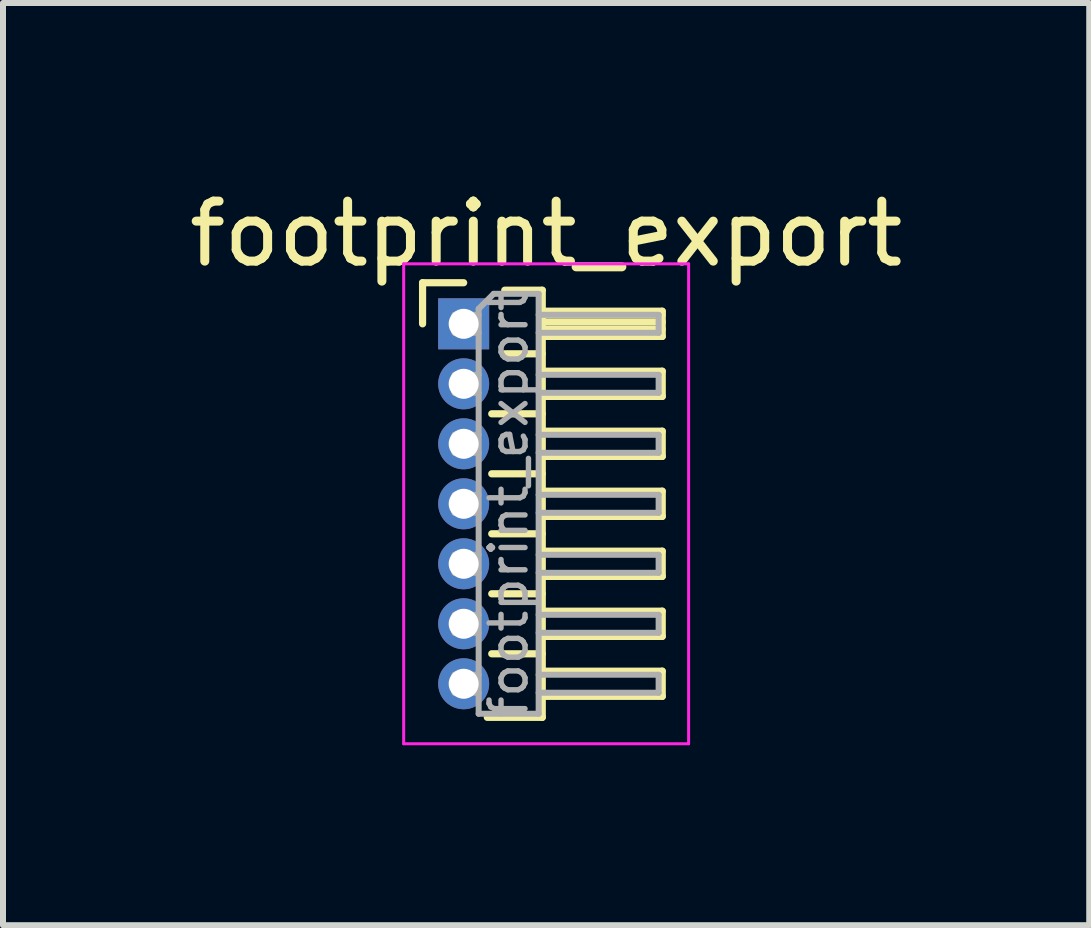
<source format=kicad_pcb>
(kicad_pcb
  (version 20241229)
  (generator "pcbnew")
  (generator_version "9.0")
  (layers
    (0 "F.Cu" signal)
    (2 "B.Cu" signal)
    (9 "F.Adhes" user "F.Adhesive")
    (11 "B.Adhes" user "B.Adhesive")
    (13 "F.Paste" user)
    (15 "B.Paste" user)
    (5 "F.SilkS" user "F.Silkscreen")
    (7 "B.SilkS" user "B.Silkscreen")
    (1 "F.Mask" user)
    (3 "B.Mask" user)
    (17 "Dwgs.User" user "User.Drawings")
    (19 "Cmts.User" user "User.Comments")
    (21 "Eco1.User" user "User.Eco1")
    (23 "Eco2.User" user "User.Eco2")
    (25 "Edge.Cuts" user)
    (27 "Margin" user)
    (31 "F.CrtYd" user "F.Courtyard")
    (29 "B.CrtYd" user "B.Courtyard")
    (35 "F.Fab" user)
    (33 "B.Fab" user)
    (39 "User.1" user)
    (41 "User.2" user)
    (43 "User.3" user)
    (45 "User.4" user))
  (footprint "footprint_export"
    (layer "F.Cu")
    (at 4.679 2.348)
    (property "Reference" "footprint_export" (at 1.375 -1.5 0) (layer "F.SilkS") (effects (font (size 1 1) (thickness 0.15))))
    (attr through_hole)
    (fp_line (start -0.685 -0.685) (end 0 -0.685) (stroke (width 0.12) (type solid)) (layer "F.SilkS"))
    (fp_line (start -0.685 0) (end -0.685 -0.685) (stroke (width 0.12) (type solid)) (layer "F.SilkS"))
    (fp_line (start 0.468 1.5) (end 1.31 1.5) (stroke (width 0.12) (type solid)) (layer "F.SilkS"))
    (fp_line (start 0.468 2.5) (end 1.31 2.5) (stroke (width 0.12) (type solid)) (layer "F.SilkS"))
    (fp_line (start 0.468 3.5) (end 1.31 3.5) (stroke (width 0.12) (type solid)) (layer "F.SilkS"))
    (fp_line (start 0.468 4.5) (end 1.31 4.5) (stroke (width 0.12) (type solid)) (layer "F.SilkS"))
    (fp_line (start 0.468 5.5) (end 1.31 5.5) (stroke (width 0.12) (type solid)) (layer "F.SilkS"))
    (fp_line (start 0.685 -0.56) (end 1.31 -0.56) (stroke (width 0.12) (type solid)) (layer "F.SilkS"))
    (fp_line (start 0.685 0.5) (end 1.31 0.5) (stroke (width 0.12) (type solid)) (layer "F.SilkS"))
    (fp_line (start 1.31 -0.56) (end 1.31 6.56) (stroke (width 0.12) (type solid)) (layer "F.SilkS"))
    (fp_line (start 1.31 -0.21) (end 3.31 -0.21) (stroke (width 0.12) (type solid)) (layer "F.SilkS"))
    (fp_line (start 1.31 -0.15) (end 3.31 -0.15) (stroke (width 0.12) (type solid)) (layer "F.SilkS"))
    (fp_line (start 1.31 -0.03) (end 3.31 -0.03) (stroke (width 0.12) (type solid)) (layer "F.SilkS"))
    (fp_line (start 1.31 0.09) (end 3.31 0.09) (stroke (width 0.12) (type solid)) (layer "F.SilkS"))
    (fp_line (start 1.31 0.79) (end 3.31 0.79) (stroke (width 0.12) (type solid)) (layer "F.SilkS"))
    (fp_line (start 1.31 1.79) (end 3.31 1.79) (stroke (width 0.12) (type solid)) (layer "F.SilkS"))
    (fp_line (start 1.31 2.79) (end 3.31 2.79) (stroke (width 0.12) (type solid)) (layer "F.SilkS"))
    (fp_line (start 1.31 3.79) (end 3.31 3.79) (stroke (width 0.12) (type solid)) (layer "F.SilkS"))
    (fp_line (start 1.31 4.79) (end 3.31 4.79) (stroke (width 0.12) (type solid)) (layer "F.SilkS"))
    (fp_line (start 1.31 5.79) (end 3.31 5.79) (stroke (width 0.12) (type solid)) (layer "F.SilkS"))
    (fp_line (start 1.31 6.56) (end 0.394 6.56) (stroke (width 0.12) (type solid)) (layer "F.SilkS"))
    (fp_line (start 3.31 -0.21) (end 3.31 0.21) (stroke (width 0.12) (type solid)) (layer "F.SilkS"))
    (fp_line (start 3.31 0.21) (end 1.31 0.21) (stroke (width 0.12) (type solid)) (layer "F.SilkS"))
    (fp_line (start 3.31 0.79) (end 3.31 1.21) (stroke (width 0.12) (type solid)) (layer "F.SilkS"))
    (fp_line (start 3.31 1.21) (end 1.31 1.21) (stroke (width 0.12) (type solid)) (layer "F.SilkS"))
    (fp_line (start 3.31 1.79) (end 3.31 2.21) (stroke (width 0.12) (type solid)) (layer "F.SilkS"))
    (fp_line (start 3.31 2.21) (end 1.31 2.21) (stroke (width 0.12) (type solid)) (layer "F.SilkS"))
    (fp_line (start 3.31 2.79) (end 3.31 3.21) (stroke (width 0.12) (type solid)) (layer "F.SilkS"))
    (fp_line (start 3.31 3.21) (end 1.31 3.21) (stroke (width 0.12) (type solid)) (layer "F.SilkS"))
    (fp_line (start 3.31 3.79) (end 3.31 4.21) (stroke (width 0.12) (type solid)) (layer "F.SilkS"))
    (fp_line (start 3.31 4.21) (end 1.31 4.21) (stroke (width 0.12) (type solid)) (layer "F.SilkS"))
    (fp_line (start 3.31 4.79) (end 3.31 5.21) (stroke (width 0.12) (type solid)) (layer "F.SilkS"))
    (fp_line (start 3.31 5.21) (end 1.31 5.21) (stroke (width 0.12) (type solid)) (layer "F.SilkS"))
    (fp_line (start 3.31 5.79) (end 3.31 6.21) (stroke (width 0.12) (type solid)) (layer "F.SilkS"))
    (fp_line (start 3.31 6.21) (end 1.31 6.21) (stroke (width 0.12) (type solid)) (layer "F.SilkS"))
    (fp_line (start -1 -1) (end -1 7) (stroke (width 0.05) (type solid)) (layer "F.CrtYd"))
    (fp_line (start -1 7) (end 3.75 7) (stroke (width 0.05) (type solid)) (layer "F.CrtYd"))
    (fp_line (start 3.75 -1) (end -1 -1) (stroke (width 0.05) (type solid)) (layer "F.CrtYd"))
    (fp_line (start 3.75 7) (end 3.75 -1) (stroke (width 0.05) (type solid)) (layer "F.CrtYd"))
    (fp_line (start -0.15 -0.15) (end -0.15 0.15) (stroke (width 0.1) (type solid)) (layer "F.Fab"))
    (fp_line (start -0.15 -0.15) (end 0.25 -0.15) (stroke (width 0.1) (type solid)) (layer "F.Fab"))
    (fp_line (start -0.15 0.15) (end 0.25 0.15) (stroke (width 0.1) (type solid)) (layer "F.Fab"))
    (fp_line (start -0.15 0.85) (end -0.15 1.15) (stroke (width 0.1) (type solid)) (layer "F.Fab"))
    (fp_line (start -0.15 0.85) (end 0.25 0.85) (stroke (width 0.1) (type solid)) (layer "F.Fab"))
    (fp_line (start -0.15 1.15) (end 0.25 1.15) (stroke (width 0.1) (type solid)) (layer "F.Fab"))
    (fp_line (start -0.15 1.85) (end -0.15 2.15) (stroke (width 0.1) (type solid)) (layer "F.Fab"))
    (fp_line (start -0.15 1.85) (end 0.25 1.85) (stroke (width 0.1) (type solid)) (layer "F.Fab"))
    (fp_line (start -0.15 2.15) (end 0.25 2.15) (stroke (width 0.1) (type solid)) (layer "F.Fab"))
    (fp_line (start -0.15 2.85) (end -0.15 3.15) (stroke (width 0.1) (type solid)) (layer "F.Fab"))
    (fp_line (start -0.15 2.85) (end 0.25 2.85) (stroke (width 0.1) (type solid)) (layer "F.Fab"))
    (fp_line (start -0.15 3.15) (end 0.25 3.15) (stroke (width 0.1) (type solid)) (layer "F.Fab"))
    (fp_line (start -0.15 3.85) (end -0.15 4.15) (stroke (width 0.1) (type solid)) (layer "F.Fab"))
    (fp_line (start -0.15 3.85) (end 0.25 3.85) (stroke (width 0.1) (type solid)) (layer "F.Fab"))
    (fp_line (start -0.15 4.15) (end 0.25 4.15) (stroke (width 0.1) (type solid)) (layer "F.Fab"))
    (fp_line (start -0.15 4.85) (end -0.15 5.15) (stroke (width 0.1) (type solid)) (layer "F.Fab"))
    (fp_line (start -0.15 4.85) (end 0.25 4.85) (stroke (width 0.1) (type solid)) (layer "F.Fab"))
    (fp_line (start -0.15 5.15) (end 0.25 5.15) (stroke (width 0.1) (type solid)) (layer "F.Fab"))
    (fp_line (start -0.15 5.85) (end -0.15 6.15) (stroke (width 0.1) (type solid)) (layer "F.Fab"))
    (fp_line (start -0.15 5.85) (end 0.25 5.85) (stroke (width 0.1) (type solid)) (layer "F.Fab"))
    (fp_line (start -0.15 6.15) (end 0.25 6.15) (stroke (width 0.1) (type solid)) (layer "F.Fab"))
    (fp_line (start 0.25 -0.25) (end 0.5 -0.5) (stroke (width 0.1) (type solid)) (layer "F.Fab"))
    (fp_line (start 0.25 6.5) (end 0.25 -0.25) (stroke (width 0.1) (type solid)) (layer "F.Fab"))
    (fp_line (start 0.5 -0.5) (end 1.25 -0.5) (stroke (width 0.1) (type solid)) (layer "F.Fab"))
    (fp_line (start 1.25 -0.5) (end 1.25 6.5) (stroke (width 0.1) (type solid)) (layer "F.Fab"))
    (fp_line (start 1.25 -0.15) (end 3.25 -0.15) (stroke (width 0.1) (type solid)) (layer "F.Fab"))
    (fp_line (start 1.25 0.15) (end 3.25 0.15) (stroke (width 0.1) (type solid)) (layer "F.Fab"))
    (fp_line (start 1.25 0.85) (end 3.25 0.85) (stroke (width 0.1) (type solid)) (layer "F.Fab"))
    (fp_line (start 1.25 1.15) (end 3.25 1.15) (stroke (width 0.1) (type solid)) (layer "F.Fab"))
    (fp_line (start 1.25 1.85) (end 3.25 1.85) (stroke (width 0.1) (type solid)) (layer "F.Fab"))
    (fp_line (start 1.25 2.15) (end 3.25 2.15) (stroke (width 0.1) (type solid)) (layer "F.Fab"))
    (fp_line (start 1.25 2.85) (end 3.25 2.85) (stroke (width 0.1) (type solid)) (layer "F.Fab"))
    (fp_line (start 1.25 3.15) (end 3.25 3.15) (stroke (width 0.1) (type solid)) (layer "F.Fab"))
    (fp_line (start 1.25 3.85) (end 3.25 3.85) (stroke (width 0.1) (type solid)) (layer "F.Fab"))
    (fp_line (start 1.25 4.15) (end 3.25 4.15) (stroke (width 0.1) (type solid)) (layer "F.Fab"))
    (fp_line (start 1.25 4.85) (end 3.25 4.85) (stroke (width 0.1) (type solid)) (layer "F.Fab"))
    (fp_line (start 1.25 5.15) (end 3.25 5.15) (stroke (width 0.1) (type solid)) (layer "F.Fab"))
    (fp_line (start 1.25 5.85) (end 3.25 5.85) (stroke (width 0.1) (type solid)) (layer "F.Fab"))
    (fp_line (start 1.25 6.15) (end 3.25 6.15) (stroke (width 0.1) (type solid)) (layer "F.Fab"))
    (fp_line (start 1.25 6.5) (end 0.25 6.5) (stroke (width 0.1) (type solid)) (layer "F.Fab"))
    (fp_line (start 3.25 -0.15) (end 3.25 0.15) (stroke (width 0.1) (type solid)) (layer "F.Fab"))
    (fp_line (start 3.25 0.85) (end 3.25 1.15) (stroke (width 0.1) (type solid)) (layer "F.Fab"))
    (fp_line (start 3.25 1.85) (end 3.25 2.15) (stroke (width 0.1) (type solid)) (layer "F.Fab"))
    (fp_line (start 3.25 2.85) (end 3.25 3.15) (stroke (width 0.1) (type solid)) (layer "F.Fab"))
    (fp_line (start 3.25 3.85) (end 3.25 4.15) (stroke (width 0.1) (type solid)) (layer "F.Fab"))
    (fp_line (start 3.25 4.85) (end 3.25 5.15) (stroke (width 0.1) (type solid)) (layer "F.Fab"))
    (fp_line (start 3.25 5.85) (end 3.25 6.15) (stroke (width 0.1) (type solid)) (layer "F.Fab"))
    (fp_text user "${REFERENCE}" (at 0.75 3 90) (layer "F.Fab") (effects (font (size 0.6 0.6) (thickness 0.09))))
    (pad "1" thru_hole rect (at 0 0) (size 0.85 0.85) (drill 0.5) (layers "*.Cu" "*.Mask"))
    (pad "2" thru_hole oval (at 0 1) (size 0.85 0.85) (drill 0.5) (layers "*.Cu" "*.Mask"))
    (pad "3" thru_hole oval (at 0 2) (size 0.85 0.85) (drill 0.5) (layers "*.Cu" "*.Mask"))
    (pad "4" thru_hole oval (at 0 3) (size 0.85 0.85) (drill 0.5) (layers "*.Cu" "*.Mask"))
    (pad "5" thru_hole oval (at 0 4) (size 0.85 0.85) (drill 0.5) (layers "*.Cu" "*.Mask"))
    (pad "6" thru_hole oval (at 0 5) (size 0.85 0.85) (drill 0.5) (layers "*.Cu" "*.Mask"))
    (pad "7" thru_hole oval (at 0 6) (size 0.85 0.85) (drill 0.5) (layers "*.Cu" "*.Mask")))
  (gr_rect
    (start -3 -3)
    (end 15.107 12.373)
    (stroke (width 0.1) (type default))
    (fill no)
    (layer "Edge.Cuts")))
</source>
